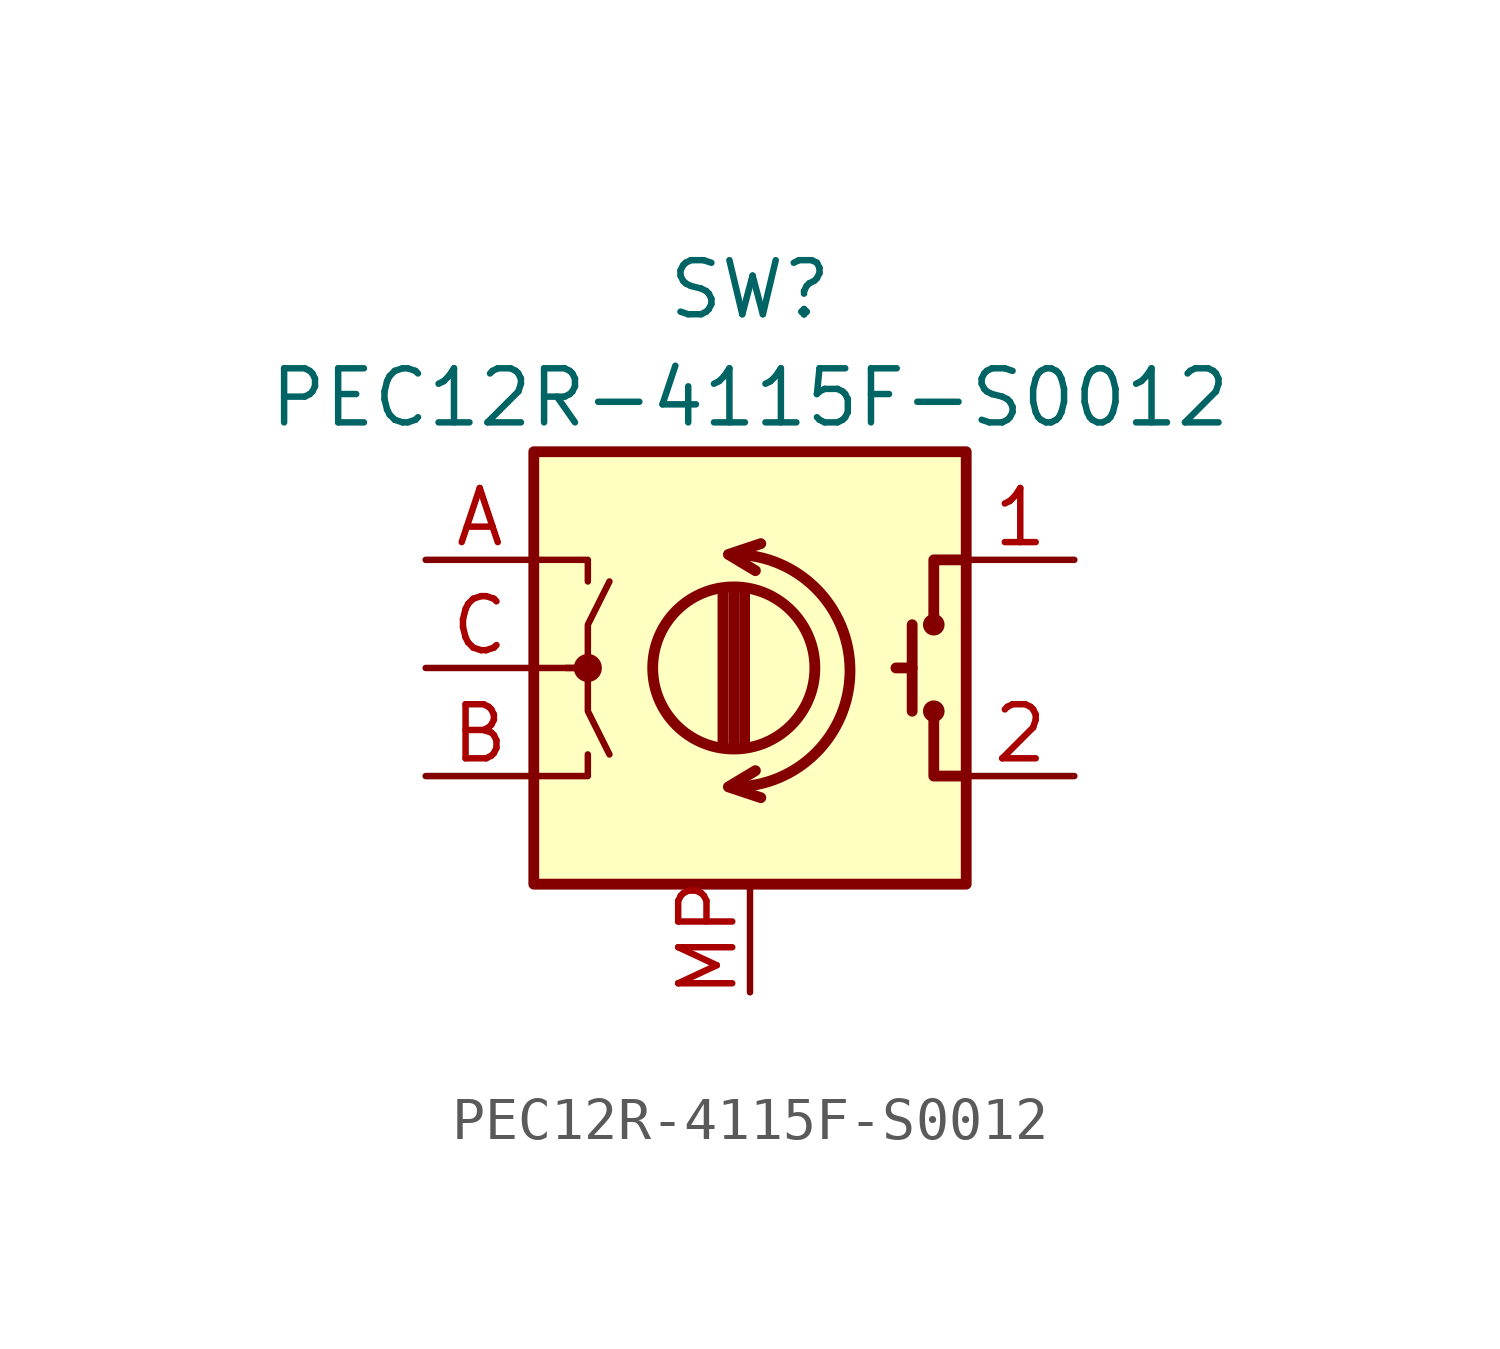
<source format=kicad_sym>
(kicad_symbol_lib
  (version 20211014)
  (generator kicad_symbol_editor)
  (symbol "PEC12R-4115F-S0012"
    (pin_names
      (offset 0.254) hide)
    (property "Reference" "SW"
      (at 0 8.89 0)
      (effects (font (size 1.27 1.27))))
    (property "Value" "PEC12R-4115F-S0012"
      (at 0 6.35 0)
      (effects (font (size 1.27 1.27))))
    (symbol "PEC12R-4115F-S0012_0_1"
      (rectangle (start -5.08 5.08) (end 5.08 -5.08) (stroke (width 0.254) (type default) (color 0 0 0 0)) (fill (type background)))
      (circle (center -3.81 0) (radius 0.254) (stroke (width 0) (type default) (color 0 0 0 0)) (fill (type outline)))
      (arc (start -0.381 -2.794) (mid 2.3622 -0.0508) (end -0.381 2.667) (stroke (width 0.254) (type default) (color 0 0 0 0)) (fill (type none)))
      (circle (center -0.381 0) (radius 1.905) (stroke (width 0.254) (type default) (color 0 0 0 0)) (fill (type none)))
      (polyline (pts (xy -0.635 -1.778) (xy -0.635 1.778)) (stroke (width 0.254) (type default) (color 0 0 0 0)) (fill (type none)))
      (polyline (pts (xy -0.381 -1.778) (xy -0.381 1.778)) (stroke (width 0.254) (type default) (color 0 0 0 0)) (fill (type none)))
      (polyline (pts (xy -0.127 1.778) (xy -0.127 -1.778)) (stroke (width 0.254) (type default) (color 0 0 0 0)) (fill (type none)))
      (polyline (pts (xy 3.81 0) (xy 3.429 0)) (stroke (width 0.254) (type default) (color 0 0 0 0)) (fill (type none)))
      (polyline (pts (xy 3.81 1.016) (xy 3.81 -1.016)) (stroke (width 0.254) (type default) (color 0 0 0 0)) (fill (type none)))
      (polyline (pts (xy -5.08 -2.54) (xy -3.81 -2.54) (xy -3.81 -2.032)) (stroke (width 0) (type default) (color 0 0 0 0)) (fill (type none)))
      (polyline (pts (xy -5.08 2.54) (xy -3.81 2.54) (xy -3.81 2.032)) (stroke (width 0) (type default) (color 0 0 0 0)) (fill (type none)))
      (polyline (pts (xy 0.254 -3.048) (xy -0.508 -2.794) (xy 0.127 -2.413)) (stroke (width 0.254) (type default) (color 0 0 0 0)) (fill (type none)))
      (polyline (pts (xy 0.254 2.921) (xy -0.508 2.667) (xy 0.127 2.286)) (stroke (width 0.254) (type default) (color 0 0 0 0)) (fill (type none)))
      (polyline (pts (xy 5.08 -2.54) (xy 4.318 -2.54) (xy 4.318 -1.016)) (stroke (width 0.254) (type default) (color 0 0 0 0)) (fill (type none)))
      (polyline (pts (xy 5.08 2.54) (xy 4.318 2.54) (xy 4.318 1.016)) (stroke (width 0.254) (type default) (color 0 0 0 0)) (fill (type none)))
      (polyline (pts (xy -5.08 0) (xy -3.81 0) (xy -3.81 -1.016) (xy -3.302 -2.032)) (stroke (width 0) (type default) (color 0 0 0 0)) (fill (type none)))
      (polyline (pts (xy -4.318 0) (xy -3.81 0) (xy -3.81 1.016) (xy -3.302 2.032)) (stroke (width 0) (type default) (color 0 0 0 0)) (fill (type none)))
      (circle (center 4.318 -1.016) (radius 0.127) (stroke (width 0.254) (type default) (color 0 0 0 0)) (fill (type none)))
      (circle (center 4.318 1.016) (radius 0.127) (stroke (width 0.254) (type default) (color 0 0 0 0)) (fill (type none))))
    (symbol "PEC12R-4115F-S0012_1_1"
      (pin passive line (at 7.62 2.54 180) (length 2.54) (name "1" (effects (font (size 1.27 1.27)))) (number "1" (effects (font (size 1.27 1.27)))))
      (pin passive line (at 7.62 -2.54 180) (length 2.54) (name "2" (effects (font (size 1.27 1.27)))) (number "2" (effects (font (size 1.27 1.27)))))
      (pin passive line (at -7.62 2.54 0) (length 2.54) (name "A" (effects (font (size 1.27 1.27)))) (number "A" (effects (font (size 1.27 1.27)))))
      (pin passive line (at -7.62 -2.54 0) (length 2.54) (name "B" (effects (font (size 1.27 1.27)))) (number "B" (effects (font (size 1.27 1.27)))))
      (pin passive line (at -7.62 0 0) (length 2.54) (name "C" (effects (font (size 1.27 1.27)))) (number "C" (effects (font (size 1.27 1.27)))))
      (pin passive line (at 0 -7.62 90) (length 2.54) (name "MP" (effects (font (size 1.27 1.27)))) (number "MP" (effects (font (size 1.27 1.27))))))))
</source>
